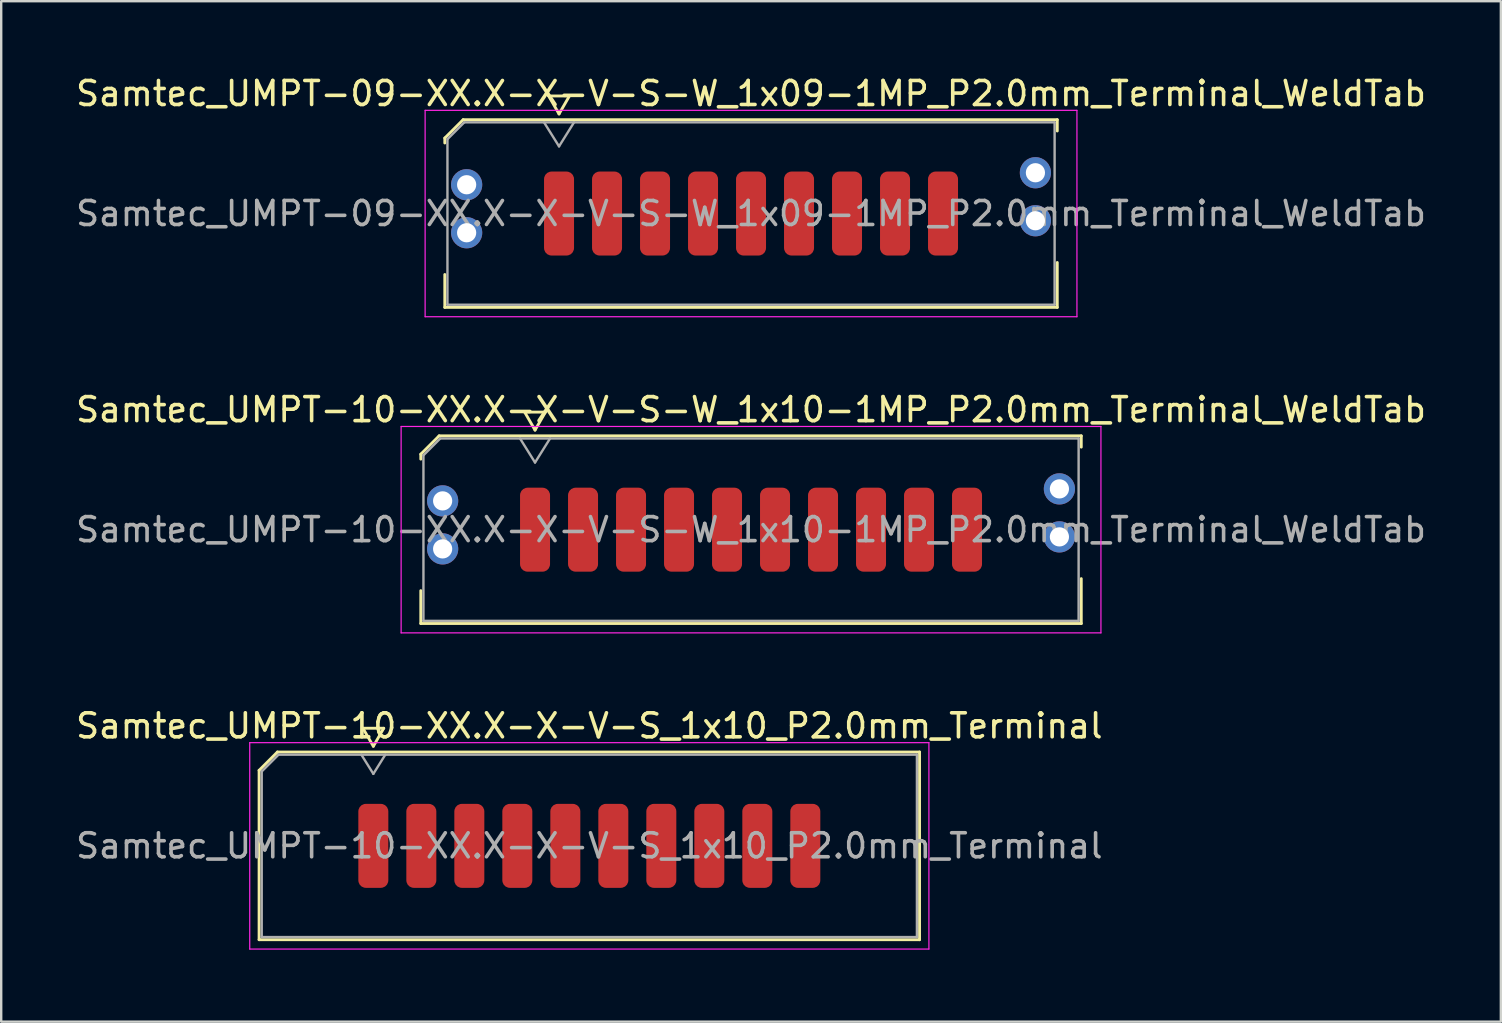
<source format=kicad_pcb>
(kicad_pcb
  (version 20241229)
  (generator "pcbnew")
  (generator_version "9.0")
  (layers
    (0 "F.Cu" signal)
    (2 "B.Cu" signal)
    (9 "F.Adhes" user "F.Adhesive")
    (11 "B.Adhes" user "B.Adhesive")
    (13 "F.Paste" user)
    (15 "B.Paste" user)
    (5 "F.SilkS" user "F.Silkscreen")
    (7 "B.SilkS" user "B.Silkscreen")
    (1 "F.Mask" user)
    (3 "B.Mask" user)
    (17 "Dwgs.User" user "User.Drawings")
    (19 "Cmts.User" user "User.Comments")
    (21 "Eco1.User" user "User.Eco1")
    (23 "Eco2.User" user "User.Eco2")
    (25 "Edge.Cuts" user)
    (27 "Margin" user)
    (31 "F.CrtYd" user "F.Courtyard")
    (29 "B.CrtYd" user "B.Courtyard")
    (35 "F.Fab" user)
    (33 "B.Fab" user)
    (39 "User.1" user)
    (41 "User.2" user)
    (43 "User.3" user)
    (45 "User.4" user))
  (footprint "Samtec_UMPT-09-XX.X-X-V-S-W_1x09-1MP_P2.0mm_Terminal_WeldTab"
    (layer "F.Cu")
    (at 28.244 5.848)
    (property "Reference" "Samtec_UMPT-09-XX.X-X-V-S-W_1x09-1MP_P2.0mm_Terminal_WeldTab" (at 0 -5 0) (layer "F.SilkS") (effects (font (size 1 1) (thickness 0.15))))
    (attr smd)
    (fp_line (start -12.76 -3.146) (end -11.996 -3.91) (stroke (width 0.12) (type solid)) (layer "F.SilkS"))
    (fp_line (start -12.76 -2.94) (end -12.76 -3.146) (stroke (width 0.12) (type solid)) (layer "F.SilkS"))
    (fp_line (start -12.76 3.91) (end -12.76 2.54) (stroke (width 0.12) (type solid)) (layer "F.SilkS"))
    (fp_line (start -11.996 -3.91) (end 12.76 -3.91) (stroke (width 0.12) (type solid)) (layer "F.SilkS"))
    (fp_line (start -8.433 -4.9) (end -8 -4.15) (stroke (width 0.12) (type solid)) (layer "F.SilkS"))
    (fp_line (start -8 -4.15) (end -7.567 -4.9) (stroke (width 0.12) (type solid)) (layer "F.SilkS"))
    (fp_line (start -7.567 -4.9) (end -8.433 -4.9) (stroke (width 0.12) (type solid)) (layer "F.SilkS"))
    (fp_line (start 12.76 -3.91) (end 12.76 -3.44) (stroke (width 0.12) (type solid)) (layer "F.SilkS"))
    (fp_line (start 12.76 2.04) (end 12.76 3.91) (stroke (width 0.12) (type solid)) (layer "F.SilkS"))
    (fp_line (start 12.76 3.91) (end -12.76 3.91) (stroke (width 0.12) (type solid)) (layer "F.SilkS"))
    (fp_line (start -13.58 -4.3) (end -13.58 4.3) (stroke (width 0.05) (type solid)) (layer "F.CrtYd"))
    (fp_line (start -13.58 4.3) (end 13.58 4.3) (stroke (width 0.05) (type solid)) (layer "F.CrtYd"))
    (fp_line (start 13.58 -4.3) (end -13.58 -4.3) (stroke (width 0.05) (type solid)) (layer "F.CrtYd"))
    (fp_line (start 13.58 4.3) (end 13.58 -4.3) (stroke (width 0.05) (type solid)) (layer "F.CrtYd"))
    (fp_line (start -12.65 -3.1) (end -11.95 -3.8) (stroke (width 0.1) (type solid)) (layer "F.Fab"))
    (fp_line (start -12.65 3.8) (end -12.65 -3.1) (stroke (width 0.1) (type solid)) (layer "F.Fab"))
    (fp_line (start -11.95 -3.8) (end 12.65 -3.8) (stroke (width 0.1) (type solid)) (layer "F.Fab"))
    (fp_line (start -8 -2.8) (end -8.625 -3.8) (stroke (width 0.1) (type solid)) (layer "F.Fab"))
    (fp_line (start -8 -2.8) (end -7.375 -3.8) (stroke (width 0.1) (type solid)) (layer "F.Fab"))
    (fp_line (start 12.65 -3.8) (end 12.65 3.8) (stroke (width 0.1) (type solid)) (layer "F.Fab"))
    (fp_line (start 12.65 3.8) (end -12.65 3.8) (stroke (width 0.1) (type solid)) (layer "F.Fab"))
    (fp_text user "${REFERENCE}" (at 0 0 0) (layer "F.Fab") (effects (font (size 1 1) (thickness 0.15))))
    (pad "" smd rect (at -11.85 -1.54) (size 2.45 2.28) (layers "F.Paste"))
    (pad "" smd rect (at -11.85 1.14) (size 2.45 2.28) (layers "F.Paste"))
    (pad "" smd rect (at 11.85 -2.04) (size 2.45 2.28) (layers "F.Paste"))
    (pad "" smd rect (at 11.85 0.64) (size 2.45 2.28) (layers "F.Paste"))
    (pad "1" smd roundrect (at -8 0) (size 1.25 3.5) (layers "F.Cu" "F.Mask" "F.Paste") (roundrect_rratio 0.25))
    (pad "2" smd roundrect (at -6 0) (size 1.25 3.5) (layers "F.Cu" "F.Mask" "F.Paste") (roundrect_rratio 0.25))
    (pad "3" smd roundrect (at -4 0) (size 1.25 3.5) (layers "F.Cu" "F.Mask" "F.Paste") (roundrect_rratio 0.25))
    (pad "4" smd roundrect (at -2 0) (size 1.25 3.5) (layers "F.Cu" "F.Mask" "F.Paste") (roundrect_rratio 0.25))
    (pad "5" smd roundrect (at 0 0) (size 1.25 3.5) (layers "F.Cu" "F.Mask" "F.Paste") (roundrect_rratio 0.25))
    (pad "6" smd roundrect (at 2 0) (size 1.25 3.5) (layers "F.Cu" "F.Mask" "F.Paste") (roundrect_rratio 0.25))
    (pad "7" smd roundrect (at 4 0) (size 1.25 3.5) (layers "F.Cu" "F.Mask" "F.Paste") (roundrect_rratio 0.25))
    (pad "8" smd roundrect (at 6 0) (size 1.25 3.5) (layers "F.Cu" "F.Mask" "F.Paste") (roundrect_rratio 0.25))
    (pad "9" smd roundrect (at 8 0) (size 1.25 3.5) (layers "F.Cu" "F.Mask" "F.Paste") (roundrect_rratio 0.25))
    (pad "MP" thru_hole circle (at -11.85 -1.2) (size 1.3 1.3) (drill 0.8) (layers "*.Cu" "*.Mask"))
    (pad "MP" thru_hole circle (at -11.85 0.8) (size 1.3 1.3) (drill 0.8) (layers "*.Cu" "*.Mask"))
    (pad "MP" thru_hole circle (at 11.85 -1.7) (size 1.3 1.3) (drill 0.8) (layers "*.Cu" "*.Mask"))
    (pad "MP" thru_hole circle (at 11.85 0.3) (size 1.3 1.3) (drill 0.8) (layers "*.Cu" "*.Mask")))
  (footprint "Samtec_UMPT-10-XX.X-X-V-S-W_1x10-1MP_P2.0mm_Terminal_WeldTab"
    (layer "F.Cu")
    (at 28.244 19.021)
    (property "Reference" "Samtec_UMPT-10-XX.X-X-V-S-W_1x10-1MP_P2.0mm_Terminal_WeldTab" (at 0 -5 0) (layer "F.SilkS") (effects (font (size 1 1) (thickness 0.15))))
    (attr smd)
    (fp_line (start -13.76 -3.146) (end -12.996 -3.91) (stroke (width 0.12) (type solid)) (layer "F.SilkS"))
    (fp_line (start -13.76 -2.94) (end -13.76 -3.146) (stroke (width 0.12) (type solid)) (layer "F.SilkS"))
    (fp_line (start -13.76 3.91) (end -13.76 2.54) (stroke (width 0.12) (type solid)) (layer "F.SilkS"))
    (fp_line (start -12.996 -3.91) (end 13.76 -3.91) (stroke (width 0.12) (type solid)) (layer "F.SilkS"))
    (fp_line (start -9.433 -4.9) (end -9 -4.15) (stroke (width 0.12) (type solid)) (layer "F.SilkS"))
    (fp_line (start -9 -4.15) (end -8.567 -4.9) (stroke (width 0.12) (type solid)) (layer "F.SilkS"))
    (fp_line (start -8.567 -4.9) (end -9.433 -4.9) (stroke (width 0.12) (type solid)) (layer "F.SilkS"))
    (fp_line (start 13.76 -3.91) (end 13.76 -3.44) (stroke (width 0.12) (type solid)) (layer "F.SilkS"))
    (fp_line (start 13.76 2.04) (end 13.76 3.91) (stroke (width 0.12) (type solid)) (layer "F.SilkS"))
    (fp_line (start 13.76 3.91) (end -13.76 3.91) (stroke (width 0.12) (type solid)) (layer "F.SilkS"))
    (fp_line (start -14.58 -4.3) (end -14.58 4.3) (stroke (width 0.05) (type solid)) (layer "F.CrtYd"))
    (fp_line (start -14.58 4.3) (end 14.58 4.3) (stroke (width 0.05) (type solid)) (layer "F.CrtYd"))
    (fp_line (start 14.58 -4.3) (end -14.58 -4.3) (stroke (width 0.05) (type solid)) (layer "F.CrtYd"))
    (fp_line (start 14.58 4.3) (end 14.58 -4.3) (stroke (width 0.05) (type solid)) (layer "F.CrtYd"))
    (fp_line (start -13.65 -3.1) (end -12.95 -3.8) (stroke (width 0.1) (type solid)) (layer "F.Fab"))
    (fp_line (start -13.65 3.8) (end -13.65 -3.1) (stroke (width 0.1) (type solid)) (layer "F.Fab"))
    (fp_line (start -12.95 -3.8) (end 13.65 -3.8) (stroke (width 0.1) (type solid)) (layer "F.Fab"))
    (fp_line (start -9 -2.8) (end -9.625 -3.8) (stroke (width 0.1) (type solid)) (layer "F.Fab"))
    (fp_line (start -9 -2.8) (end -8.375 -3.8) (stroke (width 0.1) (type solid)) (layer "F.Fab"))
    (fp_line (start 13.65 -3.8) (end 13.65 3.8) (stroke (width 0.1) (type solid)) (layer "F.Fab"))
    (fp_line (start 13.65 3.8) (end -13.65 3.8) (stroke (width 0.1) (type solid)) (layer "F.Fab"))
    (fp_text user "${REFERENCE}" (at 0 0 0) (layer "F.Fab") (effects (font (size 1 1) (thickness 0.15))))
    (pad "" smd rect (at -12.85 -1.54) (size 2.45 2.28) (layers "F.Paste"))
    (pad "" smd rect (at -12.85 1.14) (size 2.45 2.28) (layers "F.Paste"))
    (pad "" smd rect (at 12.85 -2.04) (size 2.45 2.28) (layers "F.Paste"))
    (pad "" smd rect (at 12.85 0.64) (size 2.45 2.28) (layers "F.Paste"))
    (pad "1" smd roundrect (at -9 0) (size 1.25 3.5) (layers "F.Cu" "F.Mask" "F.Paste") (roundrect_rratio 0.25))
    (pad "2" smd roundrect (at -7 0) (size 1.25 3.5) (layers "F.Cu" "F.Mask" "F.Paste") (roundrect_rratio 0.25))
    (pad "3" smd roundrect (at -5 0) (size 1.25 3.5) (layers "F.Cu" "F.Mask" "F.Paste") (roundrect_rratio 0.25))
    (pad "4" smd roundrect (at -3 0) (size 1.25 3.5) (layers "F.Cu" "F.Mask" "F.Paste") (roundrect_rratio 0.25))
    (pad "5" smd roundrect (at -1 0) (size 1.25 3.5) (layers "F.Cu" "F.Mask" "F.Paste") (roundrect_rratio 0.25))
    (pad "6" smd roundrect (at 1 0) (size 1.25 3.5) (layers "F.Cu" "F.Mask" "F.Paste") (roundrect_rratio 0.25))
    (pad "7" smd roundrect (at 3 0) (size 1.25 3.5) (layers "F.Cu" "F.Mask" "F.Paste") (roundrect_rratio 0.25))
    (pad "8" smd roundrect (at 5 0) (size 1.25 3.5) (layers "F.Cu" "F.Mask" "F.Paste") (roundrect_rratio 0.25))
    (pad "9" smd roundrect (at 7 0) (size 1.25 3.5) (layers "F.Cu" "F.Mask" "F.Paste") (roundrect_rratio 0.25))
    (pad "10" smd roundrect (at 9 0) (size 1.25 3.5) (layers "F.Cu" "F.Mask" "F.Paste") (roundrect_rratio 0.25))
    (pad "MP" thru_hole circle (at -12.85 -1.2) (size 1.3 1.3) (drill 0.8) (layers "*.Cu" "*.Mask"))
    (pad "MP" thru_hole circle (at -12.85 0.8) (size 1.3 1.3) (drill 0.8) (layers "*.Cu" "*.Mask"))
    (pad "MP" thru_hole circle (at 12.85 -1.7) (size 1.3 1.3) (drill 0.8) (layers "*.Cu" "*.Mask"))
    (pad "MP" thru_hole circle (at 12.85 0.3) (size 1.3 1.3) (drill 0.8) (layers "*.Cu" "*.Mask")))
  (footprint "Samtec_UMPT-10-XX.X-X-V-S_1x10_P2.0mm_Terminal"
    (layer "F.Cu")
    (at 21.506 32.195)
    (property "Reference" "Samtec_UMPT-10-XX.X-X-V-S_1x10_P2.0mm_Terminal" (at 0 -5 0) (layer "F.SilkS") (effects (font (size 1 1) (thickness 0.15))))
    (attr smd)
    (fp_line (start -13.76 -3.146) (end -12.996 -3.91) (stroke (width 0.12) (type solid)) (layer "F.SilkS"))
    (fp_line (start -13.76 3.91) (end -13.76 -3.146) (stroke (width 0.12) (type solid)) (layer "F.SilkS"))
    (fp_line (start -12.996 -3.91) (end 13.76 -3.91) (stroke (width 0.12) (type solid)) (layer "F.SilkS"))
    (fp_line (start -9.433 -4.9) (end -9 -4.15) (stroke (width 0.12) (type solid)) (layer "F.SilkS"))
    (fp_line (start -9 -4.15) (end -8.567 -4.9) (stroke (width 0.12) (type solid)) (layer "F.SilkS"))
    (fp_line (start -8.567 -4.9) (end -9.433 -4.9) (stroke (width 0.12) (type solid)) (layer "F.SilkS"))
    (fp_line (start 13.76 -3.91) (end 13.76 3.91) (stroke (width 0.12) (type solid)) (layer "F.SilkS"))
    (fp_line (start 13.76 3.91) (end -13.76 3.91) (stroke (width 0.12) (type solid)) (layer "F.SilkS"))
    (fp_line (start -14.15 -4.3) (end -14.15 4.3) (stroke (width 0.05) (type solid)) (layer "F.CrtYd"))
    (fp_line (start -14.15 4.3) (end 14.15 4.3) (stroke (width 0.05) (type solid)) (layer "F.CrtYd"))
    (fp_line (start 14.15 -4.3) (end -14.15 -4.3) (stroke (width 0.05) (type solid)) (layer "F.CrtYd"))
    (fp_line (start 14.15 4.3) (end 14.15 -4.3) (stroke (width 0.05) (type solid)) (layer "F.CrtYd"))
    (fp_line (start -13.65 -3.1) (end -12.95 -3.8) (stroke (width 0.1) (type solid)) (layer "F.Fab"))
    (fp_line (start -13.65 3.8) (end -13.65 -3.1) (stroke (width 0.1) (type solid)) (layer "F.Fab"))
    (fp_line (start -12.95 -3.8) (end 13.65 -3.8) (stroke (width 0.1) (type solid)) (layer "F.Fab"))
    (fp_line (start -9.5 -3.8) (end -9 -3) (stroke (width 0.1) (type solid)) (layer "F.Fab"))
    (fp_line (start -9 -3) (end -8.5 -3.8) (stroke (width 0.1) (type solid)) (layer "F.Fab"))
    (fp_line (start 13.65 -3.8) (end 13.65 3.8) (stroke (width 0.1) (type solid)) (layer "F.Fab"))
    (fp_line (start 13.65 3.8) (end -13.65 3.8) (stroke (width 0.1) (type solid)) (layer "F.Fab"))
    (fp_text user "${REFERENCE}" (at 0 0 0) (layer "F.Fab") (effects (font (size 1 1) (thickness 0.15))))
    (pad "1" smd roundrect (at -9 0) (size 1.25 3.5) (layers "F.Cu" "F.Mask" "F.Paste") (roundrect_rratio 0.25))
    (pad "2" smd roundrect (at -7 0) (size 1.25 3.5) (layers "F.Cu" "F.Mask" "F.Paste") (roundrect_rratio 0.25))
    (pad "3" smd roundrect (at -5 0) (size 1.25 3.5) (layers "F.Cu" "F.Mask" "F.Paste") (roundrect_rratio 0.25))
    (pad "4" smd roundrect (at -3 0) (size 1.25 3.5) (layers "F.Cu" "F.Mask" "F.Paste") (roundrect_rratio 0.25))
    (pad "5" smd roundrect (at -1 0) (size 1.25 3.5) (layers "F.Cu" "F.Mask" "F.Paste") (roundrect_rratio 0.25))
    (pad "6" smd roundrect (at 1 0) (size 1.25 3.5) (layers "F.Cu" "F.Mask" "F.Paste") (roundrect_rratio 0.25))
    (pad "7" smd roundrect (at 3 0) (size 1.25 3.5) (layers "F.Cu" "F.Mask" "F.Paste") (roundrect_rratio 0.25))
    (pad "8" smd roundrect (at 5 0) (size 1.25 3.5) (layers "F.Cu" "F.Mask" "F.Paste") (roundrect_rratio 0.25))
    (pad "9" smd roundrect (at 7 0) (size 1.25 3.5) (layers "F.Cu" "F.Mask" "F.Paste") (roundrect_rratio 0.25))
    (pad "10" smd roundrect (at 9 0) (size 1.25 3.5) (layers "F.Cu" "F.Mask" "F.Paste") (roundrect_rratio 0.25)))
  (gr_rect
    (start -3 -3)
    (end 59.488 39.52)
    (stroke (width 0.1) (type default))
    (fill no)
    (layer "Edge.Cuts")))
</source>
